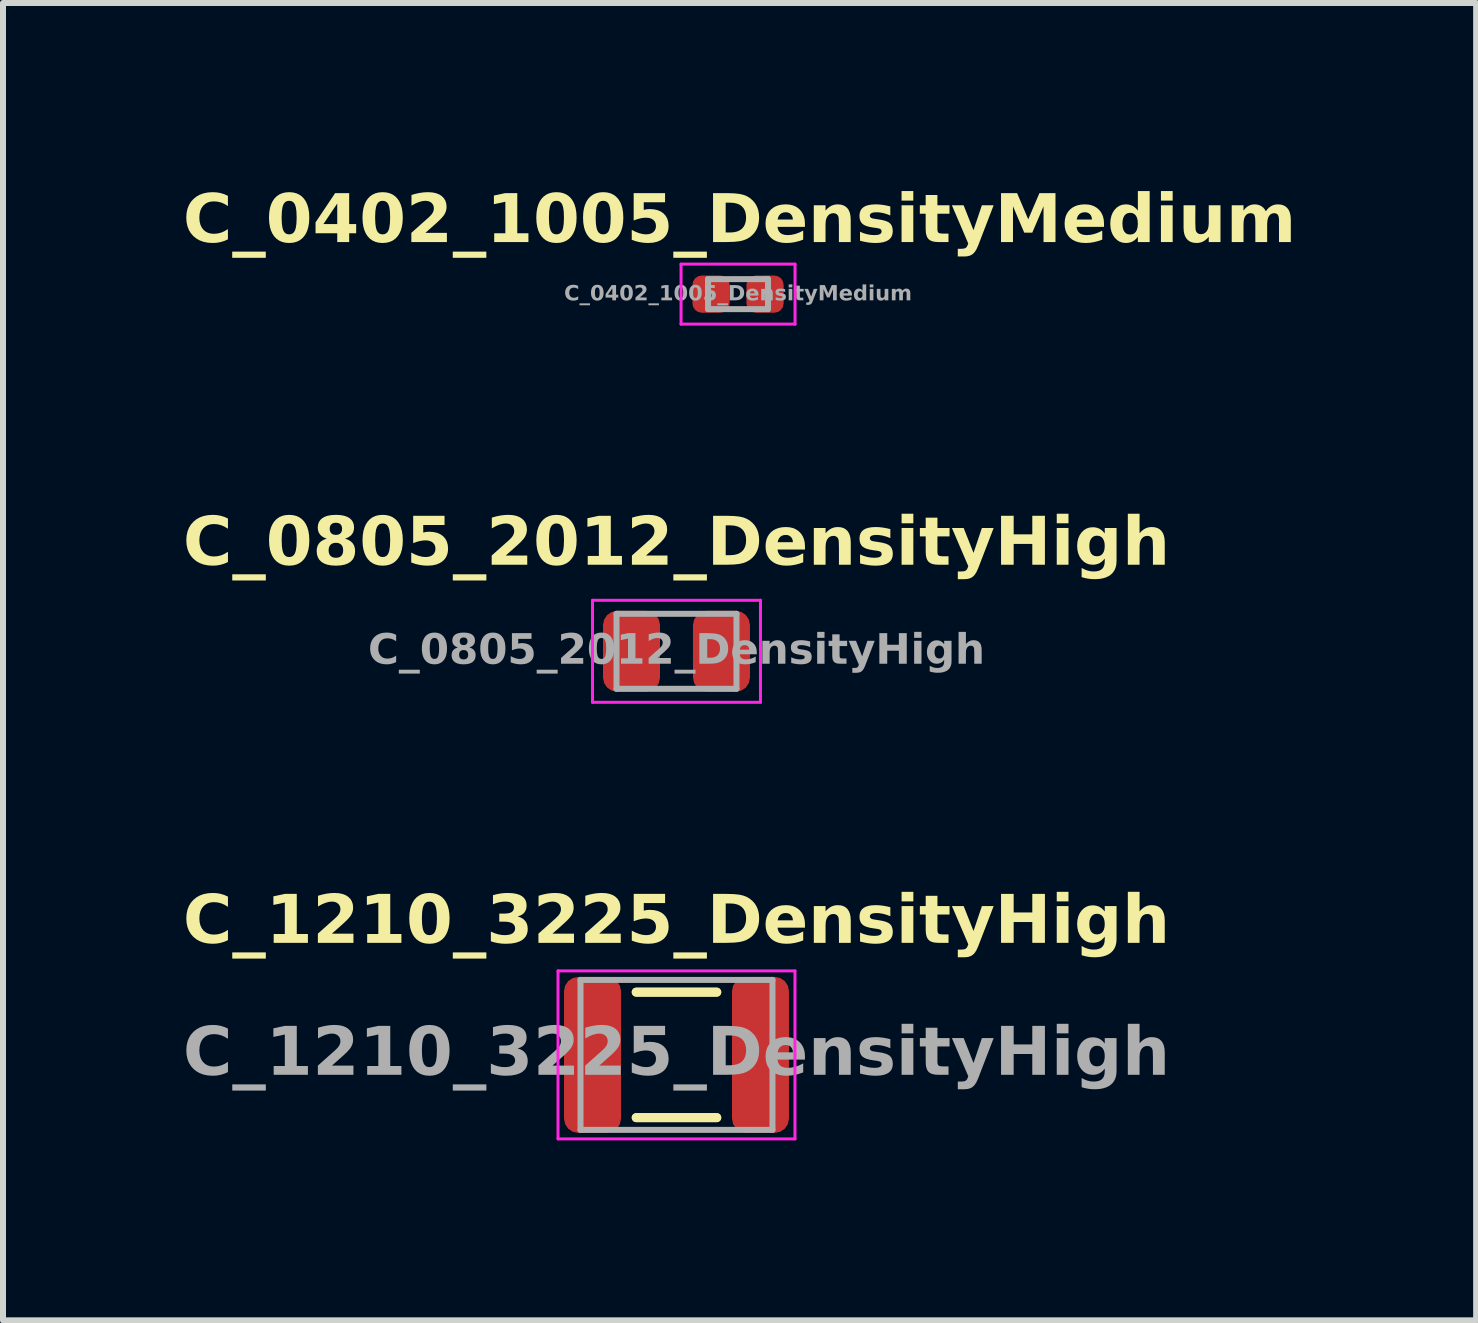
<source format=kicad_pcb>
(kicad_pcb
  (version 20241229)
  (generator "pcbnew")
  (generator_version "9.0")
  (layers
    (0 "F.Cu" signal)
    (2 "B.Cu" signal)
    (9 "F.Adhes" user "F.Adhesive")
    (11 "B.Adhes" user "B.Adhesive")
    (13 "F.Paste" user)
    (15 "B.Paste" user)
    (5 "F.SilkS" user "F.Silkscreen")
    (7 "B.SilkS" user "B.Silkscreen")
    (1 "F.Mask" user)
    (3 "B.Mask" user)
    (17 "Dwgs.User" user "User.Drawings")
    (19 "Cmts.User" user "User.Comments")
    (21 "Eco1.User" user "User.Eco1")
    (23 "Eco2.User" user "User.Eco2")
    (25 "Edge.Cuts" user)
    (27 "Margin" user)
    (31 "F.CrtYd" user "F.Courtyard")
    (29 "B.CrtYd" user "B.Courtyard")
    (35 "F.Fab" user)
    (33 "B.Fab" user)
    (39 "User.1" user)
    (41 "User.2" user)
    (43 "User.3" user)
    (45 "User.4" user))
  (footprint "C_0402_1005_DensityMedium"
    (layer "F.Cu")
    (at 9.253 1.853)
    (property "Reference" "C_0402_1005_DensityMedium" (at 0.025 -1.2 0) (unlocked yes) (layer "F.SilkS") (effects (font (face "JetBrains Mono SemiBold") (size 0.8 0.8) (thickness 0.1))))
    (attr smd)
    (fp_line (start -0.95 -0.5) (end 0.95 -0.5) (stroke (width 0.05) (type solid)) (layer "F.CrtYd"))
    (fp_line (start -0.95 0.5) (end -0.95 -0.5) (stroke (width 0.05) (type solid)) (layer "F.CrtYd"))
    (fp_line (start 0.95 -0.5) (end 0.95 0.5) (stroke (width 0.05) (type solid)) (layer "F.CrtYd"))
    (fp_line (start 0.95 0.5) (end -0.95 0.5) (stroke (width 0.05) (type solid)) (layer "F.CrtYd"))
    (fp_line (start -0.5 -0.25) (end 0.5 -0.25) (stroke (width 0.1) (type solid)) (layer "F.Fab"))
    (fp_line (start -0.5 0.25) (end -0.5 -0.25) (stroke (width 0.1) (type solid)) (layer "F.Fab"))
    (fp_line (start 0.5 -0.25) (end 0.5 0.25) (stroke (width 0.1) (type solid)) (layer "F.Fab"))
    (fp_line (start 0.5 0.25) (end -0.5 0.25) (stroke (width 0.1) (type solid)) (layer "F.Fab"))
    (fp_text user "${REFERENCE}" (at 0 0 0) (layer "F.Fab") (effects (font (face "JetBrains Mono SemiBold") (size 0.25 0.25) (thickness 0.04))))
    (pad "1" smd roundrect (at -0.45 0) (size 0.62 0.62) (layers "F.Cu" "F.Mask" "F.Paste") (roundrect_rratio 0.25))
    (pad "2" smd roundrect (at 0.45 0) (size 0.62 0.62) (layers "F.Cu" "F.Mask" "F.Paste") (roundrect_rratio 0.25)))
  (footprint "C_0805_2012_DensityHigh"
    (layer "F.Cu")
    (at 8.227 7.807)
    (property "Reference" "C_0805_2012_DensityHigh" (at 0 -1.775 0) (unlocked yes) (layer "F.SilkS") (effects (font (face "JetBrains Mono SemiBold") (size 0.8 0.8) (thickness 0.1) (bold yes))))
    (attr smd)
    (fp_line (start -1.4 -0.85) (end 1.4 -0.85) (stroke (width 0.05) (type solid)) (layer "F.CrtYd"))
    (fp_line (start -1.4 0.85) (end -1.4 -0.85) (stroke (width 0.05) (type solid)) (layer "F.CrtYd"))
    (fp_line (start 1.4 -0.85) (end 1.4 0.85) (stroke (width 0.05) (type solid)) (layer "F.CrtYd"))
    (fp_line (start 1.4 0.85) (end -1.4 0.85) (stroke (width 0.05) (type solid)) (layer "F.CrtYd"))
    (fp_line (start -1 -0.625) (end 1 -0.625) (stroke (width 0.1) (type solid)) (layer "F.Fab"))
    (fp_line (start -1 0.625) (end -1 -0.625) (stroke (width 0.1) (type solid)) (layer "F.Fab"))
    (fp_line (start 1 -0.625) (end 1 0.625) (stroke (width 0.1) (type solid)) (layer "F.Fab"))
    (fp_line (start 1 0.625) (end -1 0.625) (stroke (width 0.1) (type solid)) (layer "F.Fab"))
    (fp_text user "${REFERENCE}" (at 0 0 0) (layer "F.Fab") (effects (font (face "JetBrains Mono SemiBold") (size 0.5 0.5) (thickness 0.08))))
    (pad "1" smd roundrect (at -0.75 0) (size 0.95 1.35) (layers "F.Cu" "F.Mask" "F.Paste") (roundrect_rratio 0.25))
    (pad "2" smd roundrect (at 0.75 0) (size 0.95 1.35) (layers "F.Cu" "F.Mask" "F.Paste") (roundrect_rratio 0.25)))
  (footprint "C_1210_3225_DensityHigh"
    (layer "F.Cu")
    (at 8.227 14.535)
    (property "Reference" "C_1210_3225_DensityHigh" (at 0 -2.2 0) (layer "F.SilkS") (effects (font (face "JetBrains Mono SemiBold") (size 0.8 0.8) (thickness 0.1))))
    (attr smd)
    (fp_line (start -0.671 -1.046) (end 0.671 -1.046) (stroke (width 0.15) (type solid)) (layer "F.SilkS"))
    (fp_line (start -0.671 1.046) (end 0.671 1.046) (stroke (width 0.15) (type solid)) (layer "F.SilkS"))
    (fp_line (start 0.671 -1.046) (end -0.671 -1.046) (stroke (width 0.15) (type solid)) (layer "F.SilkS"))
    (fp_line (start 0.671 1.046) (end -0.671 1.046) (stroke (width 0.15) (type solid)) (layer "F.SilkS"))
    (fp_line (start -1.975 -1.4) (end 1.975 -1.4) (stroke (width 0.05) (type solid)) (layer "F.CrtYd"))
    (fp_line (start -1.975 1.4) (end -1.975 -1.4) (stroke (width 0.05) (type solid)) (layer "F.CrtYd"))
    (fp_line (start 1.975 -1.4) (end 1.975 1.4) (stroke (width 0.05) (type solid)) (layer "F.CrtYd"))
    (fp_line (start 1.975 1.4) (end -1.975 1.4) (stroke (width 0.05) (type solid)) (layer "F.CrtYd"))
    (fp_line (start -1.6 -1.25) (end 1.6 -1.25) (stroke (width 0.1) (type solid)) (layer "F.Fab"))
    (fp_line (start -1.6 1.25) (end -1.6 -1.25) (stroke (width 0.1) (type solid)) (layer "F.Fab"))
    (fp_line (start 1.6 -1.25) (end 1.6 1.25) (stroke (width 0.1) (type solid)) (layer "F.Fab"))
    (fp_line (start 1.6 1.25) (end -1.6 1.25) (stroke (width 0.1) (type solid)) (layer "F.Fab"))
    (fp_text user "${REFERENCE}" (at 0 0 0) (layer "F.Fab") (effects (font (face "JetBrains Mono SemiBold") (size 0.8 0.8) (thickness 0.12))))
    (pad "1" smd roundrect (at -1.4 0) (size 0.95 2.6) (layers "F.Cu" "F.Mask" "F.Paste") (roundrect_rratio 0.25))
    (pad "2" smd roundrect (at 1.4 0) (size 0.95 2.6) (layers "F.Cu" "F.Mask" "F.Paste") (roundrect_rratio 0.25)))
  (gr_rect
    (start -3 -3)
    (end 21.557 18.96)
    (stroke (width 0.1) (type default))
    (fill no)
    (layer "Edge.Cuts")))
</source>
